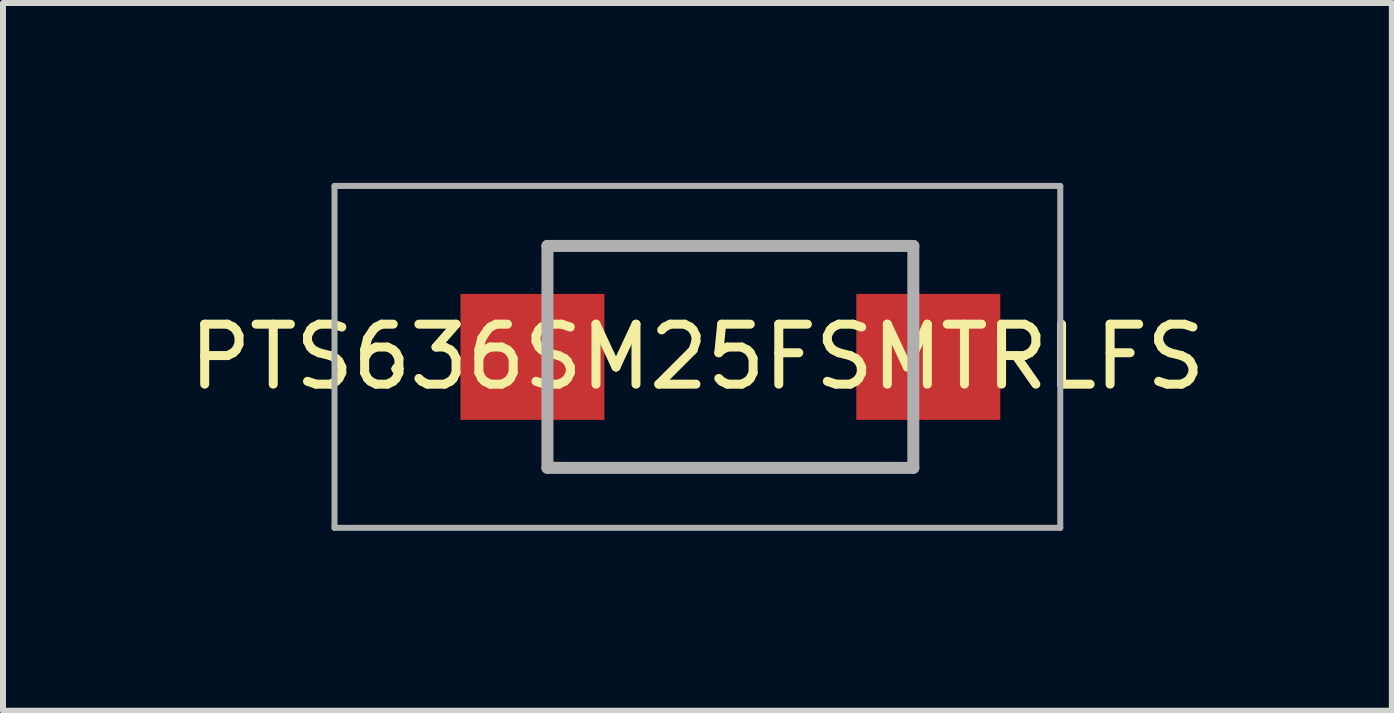
<source format=kicad_pcb>
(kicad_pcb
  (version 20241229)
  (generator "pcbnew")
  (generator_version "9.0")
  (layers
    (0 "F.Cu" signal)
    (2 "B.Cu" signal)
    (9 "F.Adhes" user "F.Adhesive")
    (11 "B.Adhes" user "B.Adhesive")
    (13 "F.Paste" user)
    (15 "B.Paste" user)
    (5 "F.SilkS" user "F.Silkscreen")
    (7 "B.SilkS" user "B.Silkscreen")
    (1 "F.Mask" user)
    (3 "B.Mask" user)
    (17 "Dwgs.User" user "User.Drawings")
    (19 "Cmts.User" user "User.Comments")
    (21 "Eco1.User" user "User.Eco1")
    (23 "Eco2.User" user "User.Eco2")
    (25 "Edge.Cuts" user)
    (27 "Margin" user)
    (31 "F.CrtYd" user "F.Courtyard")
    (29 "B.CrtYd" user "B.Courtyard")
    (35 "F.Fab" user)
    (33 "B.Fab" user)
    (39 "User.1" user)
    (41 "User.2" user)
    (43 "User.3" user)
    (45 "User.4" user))
  (footprint "PTS636SM25FSMTRLFS"
    (layer "F.Cu")
    (at 9.127 2.9)
    (property "Reference" "PTS636SM25FSMTRLFS" (at -0.55 0 0) (layer "F.SilkS") (effects (font (size 1 1) (thickness 0.15))))
    (attr smd)
    (fp_line (start -5.6 0.2) (end -5.6 0.2) (stroke (width 0.1) (type solid)) (layer "F.SilkS"))
    (fp_line (start -5.5 0.2) (end -5.5 0.2) (stroke (width 0.1) (type solid)) (layer "F.SilkS"))
    (fp_line (start -3.05 -1.85) (end 3.05 -1.85) (stroke (width 0.1) (type solid)) (layer "F.SilkS"))
    (fp_line (start -3.05 -1.2) (end -3.05 -1.85) (stroke (width 0.1) (type solid)) (layer "F.SilkS"))
    (fp_line (start -3.05 1.2) (end -3.05 1.8) (stroke (width 0.1) (type solid)) (layer "F.SilkS"))
    (fp_line (start -3.05 1.8) (end 3.05 1.85) (stroke (width 0.1) (type solid)) (layer "F.SilkS"))
    (fp_line (start 3.05 -1.85) (end 3.05 -1.2) (stroke (width 0.1) (type solid)) (layer "F.SilkS"))
    (fp_line (start 3.05 1.2) (end 3.05 1.2) (stroke (width 0.1) (type solid)) (layer "F.SilkS"))
    (fp_line (start 3.05 1.85) (end 3.05 1.2) (stroke (width 0.1) (type solid)) (layer "F.SilkS"))
    (fp_arc (start -5.6 0.2) (mid -5.55 0.15) (end -5.5 0.2) (stroke (width 0.1) (type solid)) (layer "F.SilkS"))
    (fp_arc (start -5.5 0.2) (mid -5.55 0.25) (end -5.6 0.2) (stroke (width 0.1) (type solid)) (layer "F.SilkS"))
    (fp_line (start -6.6 -2.85) (end 5.5 -2.85) (stroke (width 0.1) (type solid)) (layer "F.Fab"))
    (fp_line (start -6.6 2.85) (end -6.6 -2.85) (stroke (width 0.1) (type solid)) (layer "F.Fab"))
    (fp_line (start -3.05 -1.85) (end 3.05 -1.85) (stroke (width 0.2) (type solid)) (layer "F.Fab"))
    (fp_line (start -3.05 1.85) (end -3.05 -1.85) (stroke (width 0.2) (type solid)) (layer "F.Fab"))
    (fp_line (start 3.05 -1.85) (end 3.05 1.85) (stroke (width 0.2) (type solid)) (layer "F.Fab"))
    (fp_line (start 3.05 1.85) (end -3.05 1.85) (stroke (width 0.2) (type solid)) (layer "F.Fab"))
    (fp_line (start 5.5 -2.85) (end 5.5 2.85) (stroke (width 0.1) (type solid)) (layer "F.Fab"))
    (fp_line (start 5.5 2.85) (end -6.6 2.85) (stroke (width 0.1) (type solid)) (layer "F.Fab"))
    (pad "1" smd rect (at -3.3 0) (size 2.4 2.1) (layers "F.Cu" "F.Mask" "F.Paste"))
    (pad "2" smd rect (at 3.3 0) (size 2.4 2.1) (layers "F.Cu" "F.Mask" "F.Paste")))
  (gr_rect
    (start -3 -3)
    (end 20.155 8.8)
    (stroke (width 0.1) (type default))
    (fill no)
    (layer "Edge.Cuts")))
</source>
